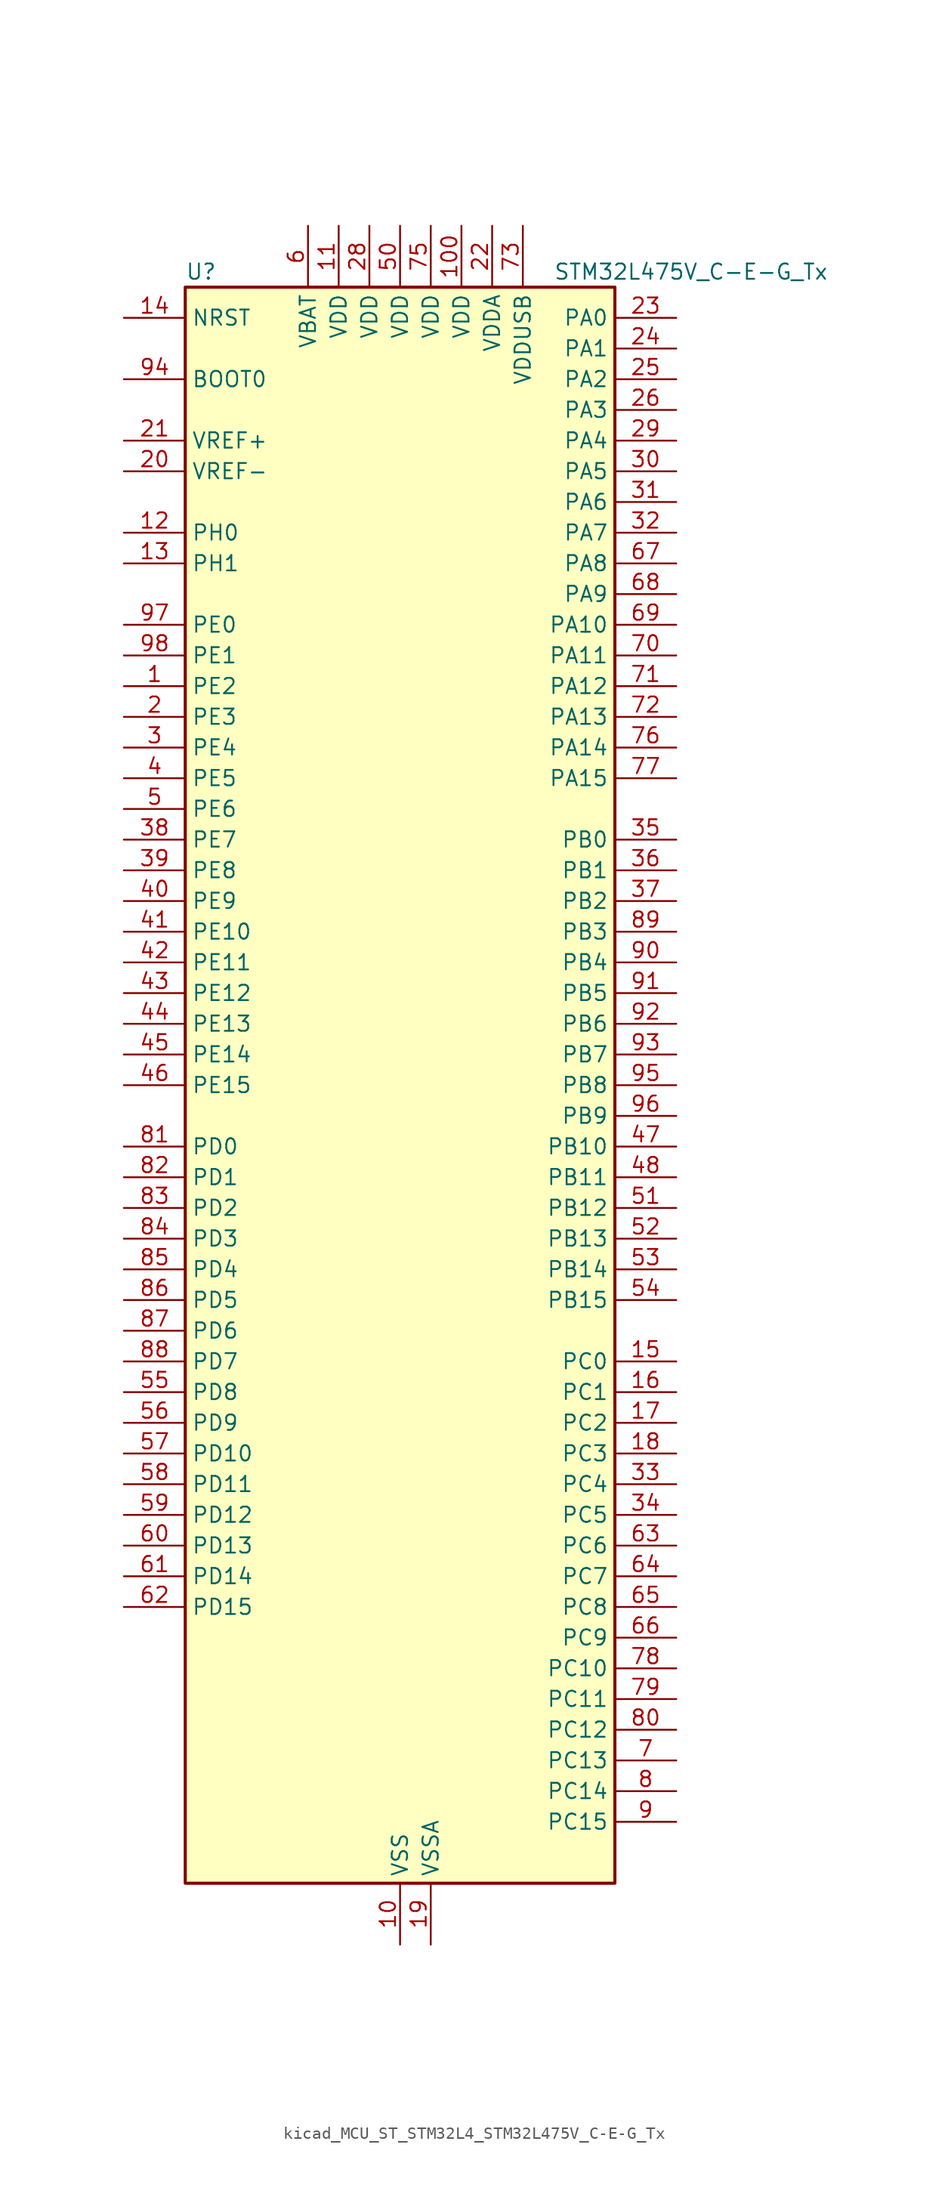
<source format=kicad_sym>
(kicad_symbol_lib
  (version 20220914)
  (generator kicad_symbol_editor)
  (symbol "kicad_MCU_ST_STM32L4_STM32L475V_C-E-G_Tx"
    (property "Reference" "U"
      (at -17.78 67.31 0)
      (effects (font (size 1.27 1.27)) (justify left)))
    (property "Value" "STM32L475V_C-E-G_Tx"
      (at 12.7 67.31 0)
      (effects (font (size 1.27 1.27)) (justify left)))
    (property "ki_locked" ""
      (at 0 0 0)
      (effects (font (size 1.27 1.27))))
    (symbol "kicad_MCU_ST_STM32L4_STM32L475V_C-E-G_Tx_0_1"
      (rectangle (start -17.78 -66.04) (end 17.78 66.04) (stroke (width 0.254) (type default)) (fill (type background))))
    (symbol "kicad_MCU_ST_STM32L4_STM32L475V_C-E-G_Tx_1_1"
      (pin bidirectional line (at -22.86 33.02 0) (length 5.08) (name "PE2" (effects (font (size 1.27 1.27)))) (number "1" (effects (font (size 1.27 1.27)))) (alternate "FMC_A23" bidirectional line) (alternate "SAI1_MCLK_A" bidirectional line) (alternate "SYS_TRACECLK" bidirectional line) (alternate "TIM3_ETR" bidirectional line) (alternate "TSC_G7_IO1" bidirectional line))
      (pin power_in line (at 0 -71.12 90) (length 5.08) (name "VSS" (effects (font (size 1.27 1.27)))) (number "10" (effects (font (size 1.27 1.27)))))
      (pin power_in line (at 5.08 71.12 270) (length 5.08) (name "VDD" (effects (font (size 1.27 1.27)))) (number "100" (effects (font (size 1.27 1.27)))))
      (pin power_in line (at -5.08 71.12 270) (length 5.08) (name "VDD" (effects (font (size 1.27 1.27)))) (number "11" (effects (font (size 1.27 1.27)))))
      (pin bidirectional line (at -22.86 45.72 0) (length 5.08) (name "PH0" (effects (font (size 1.27 1.27)))) (number "12" (effects (font (size 1.27 1.27)))) (alternate "RCC_OSC_IN" bidirectional line))
      (pin bidirectional line (at -22.86 43.18 0) (length 5.08) (name "PH1" (effects (font (size 1.27 1.27)))) (number "13" (effects (font (size 1.27 1.27)))) (alternate "RCC_OSC_OUT" bidirectional line))
      (pin input line (at -22.86 63.5 0) (length 5.08) (name "NRST" (effects (font (size 1.27 1.27)))) (number "14" (effects (font (size 1.27 1.27)))))
      (pin bidirectional line (at 22.86 -22.86 180) (length 5.08) (name "PC0" (effects (font (size 1.27 1.27)))) (number "15" (effects (font (size 1.27 1.27)))) (alternate "ADC1_IN1" bidirectional line) (alternate "ADC2_IN1" bidirectional line) (alternate "ADC3_IN1" bidirectional line) (alternate "DFSDM1_DATIN4" bidirectional line) (alternate "I2C3_SCL" bidirectional line) (alternate "LPTIM1_IN1" bidirectional line) (alternate "LPTIM2_IN1" bidirectional line) (alternate "LPUART1_RX" bidirectional line))
      (pin bidirectional line (at 22.86 -25.4 180) (length 5.08) (name "PC1" (effects (font (size 1.27 1.27)))) (number "16" (effects (font (size 1.27 1.27)))) (alternate "ADC1_IN2" bidirectional line) (alternate "ADC2_IN2" bidirectional line) (alternate "ADC3_IN2" bidirectional line) (alternate "DFSDM1_CKIN4" bidirectional line) (alternate "I2C3_SDA" bidirectional line) (alternate "LPTIM1_OUT" bidirectional line) (alternate "LPUART1_TX" bidirectional line))
      (pin bidirectional line (at 22.86 -27.94 180) (length 5.08) (name "PC2" (effects (font (size 1.27 1.27)))) (number "17" (effects (font (size 1.27 1.27)))) (alternate "ADC1_IN3" bidirectional line) (alternate "ADC2_IN3" bidirectional line) (alternate "ADC3_IN3" bidirectional line) (alternate "DFSDM1_CKOUT" bidirectional line) (alternate "LPTIM1_IN2" bidirectional line) (alternate "SPI2_MISO" bidirectional line))
      (pin bidirectional line (at 22.86 -30.48 180) (length 5.08) (name "PC3" (effects (font (size 1.27 1.27)))) (number "18" (effects (font (size 1.27 1.27)))) (alternate "ADC1_IN4" bidirectional line) (alternate "ADC2_IN4" bidirectional line) (alternate "ADC3_IN4" bidirectional line) (alternate "LPTIM1_ETR" bidirectional line) (alternate "LPTIM2_ETR" bidirectional line) (alternate "SAI1_SD_A" bidirectional line) (alternate "SPI2_MOSI" bidirectional line))
      (pin power_in line (at 2.54 -71.12 90) (length 5.08) (name "VSSA" (effects (font (size 1.27 1.27)))) (number "19" (effects (font (size 1.27 1.27)))))
      (pin bidirectional line (at -22.86 30.48 0) (length 5.08) (name "PE3" (effects (font (size 1.27 1.27)))) (number "2" (effects (font (size 1.27 1.27)))) (alternate "FMC_A19" bidirectional line) (alternate "SAI1_SD_B" bidirectional line) (alternate "SYS_TRACED0" bidirectional line) (alternate "TIM3_CH1" bidirectional line) (alternate "TSC_G7_IO2" bidirectional line))
      (pin input line (at -22.86 50.8 0) (length 5.08) (name "VREF-" (effects (font (size 1.27 1.27)))) (number "20" (effects (font (size 1.27 1.27)))))
      (pin input line (at -22.86 53.34 0) (length 5.08) (name "VREF+" (effects (font (size 1.27 1.27)))) (number "21" (effects (font (size 1.27 1.27)))) (alternate "VREFBUF_OUT" bidirectional line))
      (pin power_in line (at 7.62 71.12 270) (length 5.08) (name "VDDA" (effects (font (size 1.27 1.27)))) (number "22" (effects (font (size 1.27 1.27)))))
      (pin bidirectional line (at 22.86 63.5 180) (length 5.08) (name "PA0" (effects (font (size 1.27 1.27)))) (number "23" (effects (font (size 1.27 1.27)))) (alternate "ADC1_IN5" bidirectional line) (alternate "ADC2_IN5" bidirectional line) (alternate "OPAMP1_VINP" bidirectional line) (alternate "RTC_TAMP2" bidirectional line) (alternate "SAI1_EXTCLK" bidirectional line) (alternate "SYS_WKUP1" bidirectional line) (alternate "TIM2_CH1" bidirectional line) (alternate "TIM2_ETR" bidirectional line) (alternate "TIM5_CH1" bidirectional line) (alternate "TIM8_ETR" bidirectional line) (alternate "UART4_TX" bidirectional line) (alternate "USART2_CTS" bidirectional line))
      (pin bidirectional line (at 22.86 60.96 180) (length 5.08) (name "PA1" (effects (font (size 1.27 1.27)))) (number "24" (effects (font (size 1.27 1.27)))) (alternate "ADC1_IN6" bidirectional line) (alternate "ADC2_IN6" bidirectional line) (alternate "OPAMP1_VINM" bidirectional line) (alternate "TIM15_CH1N" bidirectional line) (alternate "TIM2_CH2" bidirectional line) (alternate "TIM5_CH2" bidirectional line) (alternate "UART4_RX" bidirectional line) (alternate "USART2_DE" bidirectional line) (alternate "USART2_RTS" bidirectional line))
      (pin bidirectional line (at 22.86 58.42 180) (length 5.08) (name "PA2" (effects (font (size 1.27 1.27)))) (number "25" (effects (font (size 1.27 1.27)))) (alternate "ADC1_IN7" bidirectional line) (alternate "ADC2_IN7" bidirectional line) (alternate "RCC_LSCO" bidirectional line) (alternate "SAI2_EXTCLK" bidirectional line) (alternate "SYS_WKUP4" bidirectional line) (alternate "TIM15_CH1" bidirectional line) (alternate "TIM2_CH3" bidirectional line) (alternate "TIM5_CH3" bidirectional line) (alternate "USART2_TX" bidirectional line))
      (pin bidirectional line (at 22.86 55.88 180) (length 5.08) (name "PA3" (effects (font (size 1.27 1.27)))) (number "26" (effects (font (size 1.27 1.27)))) (alternate "ADC1_IN8" bidirectional line) (alternate "ADC2_IN8" bidirectional line) (alternate "OPAMP1_VOUT" bidirectional line) (alternate "TIM15_CH2" bidirectional line) (alternate "TIM2_CH4" bidirectional line) (alternate "TIM5_CH4" bidirectional line) (alternate "USART2_RX" bidirectional line))
      (pin passive line (at 0 -71.12 90) (length 5.08) hide (name "VSS" (effects (font (size 1.27 1.27)))) (number "27" (effects (font (size 1.27 1.27)))))
      (pin power_in line (at -2.54 71.12 270) (length 5.08) (name "VDD" (effects (font (size 1.27 1.27)))) (number "28" (effects (font (size 1.27 1.27)))))
      (pin bidirectional line (at 22.86 53.34 180) (length 5.08) (name "PA4" (effects (font (size 1.27 1.27)))) (number "29" (effects (font (size 1.27 1.27)))) (alternate "ADC1_IN9" bidirectional line) (alternate "ADC2_IN9" bidirectional line) (alternate "DAC1_OUT1" bidirectional line) (alternate "LPTIM2_OUT" bidirectional line) (alternate "SAI1_FS_B" bidirectional line) (alternate "SPI1_NSS" bidirectional line) (alternate "SPI3_NSS" bidirectional line) (alternate "USART2_CK" bidirectional line))
      (pin bidirectional line (at -22.86 27.94 0) (length 5.08) (name "PE4" (effects (font (size 1.27 1.27)))) (number "3" (effects (font (size 1.27 1.27)))) (alternate "DFSDM1_DATIN3" bidirectional line) (alternate "FMC_A20" bidirectional line) (alternate "SAI1_FS_A" bidirectional line) (alternate "SYS_TRACED1" bidirectional line) (alternate "TIM3_CH2" bidirectional line) (alternate "TSC_G7_IO3" bidirectional line))
      (pin bidirectional line (at 22.86 50.8 180) (length 5.08) (name "PA5" (effects (font (size 1.27 1.27)))) (number "30" (effects (font (size 1.27 1.27)))) (alternate "ADC1_IN10" bidirectional line) (alternate "ADC2_IN10" bidirectional line) (alternate "DAC1_OUT2" bidirectional line) (alternate "LPTIM2_ETR" bidirectional line) (alternate "SPI1_SCK" bidirectional line) (alternate "TIM2_CH1" bidirectional line) (alternate "TIM2_ETR" bidirectional line) (alternate "TIM8_CH1N" bidirectional line))
      (pin bidirectional line (at 22.86 48.26 180) (length 5.08) (name "PA6" (effects (font (size 1.27 1.27)))) (number "31" (effects (font (size 1.27 1.27)))) (alternate "ADC1_IN11" bidirectional line) (alternate "ADC2_IN11" bidirectional line) (alternate "OPAMP2_VINP" bidirectional line) (alternate "QUADSPI_BK1_IO3" bidirectional line) (alternate "SPI1_MISO" bidirectional line) (alternate "TIM16_CH1" bidirectional line) (alternate "TIM1_BKIN" bidirectional line) (alternate "TIM1_BKIN_COMP2" bidirectional line) (alternate "TIM3_CH1" bidirectional line) (alternate "TIM8_BKIN" bidirectional line) (alternate "TIM8_BKIN_COMP2" bidirectional line) (alternate "USART3_CTS" bidirectional line))
      (pin bidirectional line (at 22.86 45.72 180) (length 5.08) (name "PA7" (effects (font (size 1.27 1.27)))) (number "32" (effects (font (size 1.27 1.27)))) (alternate "ADC1_IN12" bidirectional line) (alternate "ADC2_IN12" bidirectional line) (alternate "OPAMP2_VINM" bidirectional line) (alternate "QUADSPI_BK1_IO2" bidirectional line) (alternate "SPI1_MOSI" bidirectional line) (alternate "TIM17_CH1" bidirectional line) (alternate "TIM1_CH1N" bidirectional line) (alternate "TIM3_CH2" bidirectional line) (alternate "TIM8_CH1N" bidirectional line))
      (pin bidirectional line (at 22.86 -33.02 180) (length 5.08) (name "PC4" (effects (font (size 1.27 1.27)))) (number "33" (effects (font (size 1.27 1.27)))) (alternate "ADC1_IN13" bidirectional line) (alternate "ADC2_IN13" bidirectional line) (alternate "COMP1_INM" bidirectional line) (alternate "USART3_TX" bidirectional line))
      (pin bidirectional line (at 22.86 -35.56 180) (length 5.08) (name "PC5" (effects (font (size 1.27 1.27)))) (number "34" (effects (font (size 1.27 1.27)))) (alternate "ADC1_IN14" bidirectional line) (alternate "ADC2_IN14" bidirectional line) (alternate "COMP1_INP" bidirectional line) (alternate "SYS_WKUP5" bidirectional line) (alternate "USART3_RX" bidirectional line))
      (pin bidirectional line (at 22.86 20.32 180) (length 5.08) (name "PB0" (effects (font (size 1.27 1.27)))) (number "35" (effects (font (size 1.27 1.27)))) (alternate "ADC1_IN15" bidirectional line) (alternate "ADC2_IN15" bidirectional line) (alternate "COMP1_OUT" bidirectional line) (alternate "OPAMP2_VOUT" bidirectional line) (alternate "QUADSPI_BK1_IO1" bidirectional line) (alternate "TIM1_CH2N" bidirectional line) (alternate "TIM3_CH3" bidirectional line) (alternate "TIM8_CH2N" bidirectional line) (alternate "USART3_CK" bidirectional line))
      (pin bidirectional line (at 22.86 17.78 180) (length 5.08) (name "PB1" (effects (font (size 1.27 1.27)))) (number "36" (effects (font (size 1.27 1.27)))) (alternate "ADC1_IN16" bidirectional line) (alternate "ADC2_IN16" bidirectional line) (alternate "COMP1_INM" bidirectional line) (alternate "DFSDM1_DATIN0" bidirectional line) (alternate "LPTIM2_IN1" bidirectional line) (alternate "QUADSPI_BK1_IO0" bidirectional line) (alternate "TIM1_CH3N" bidirectional line) (alternate "TIM3_CH4" bidirectional line) (alternate "TIM8_CH3N" bidirectional line) (alternate "USART3_DE" bidirectional line) (alternate "USART3_RTS" bidirectional line))
      (pin bidirectional line (at 22.86 15.24 180) (length 5.08) (name "PB2" (effects (font (size 1.27 1.27)))) (number "37" (effects (font (size 1.27 1.27)))) (alternate "COMP1_INP" bidirectional line) (alternate "DFSDM1_CKIN0" bidirectional line) (alternate "I2C3_SMBA" bidirectional line) (alternate "LPTIM1_OUT" bidirectional line) (alternate "RTC_OUT_ALARM" bidirectional line) (alternate "RTC_OUT_CALIB" bidirectional line))
      (pin bidirectional line (at -22.86 20.32 0) (length 5.08) (name "PE7" (effects (font (size 1.27 1.27)))) (number "38" (effects (font (size 1.27 1.27)))) (alternate "DFSDM1_DATIN2" bidirectional line) (alternate "FMC_D4" bidirectional line) (alternate "FMC_DA4" bidirectional line) (alternate "SAI1_SD_B" bidirectional line) (alternate "TIM1_ETR" bidirectional line))
      (pin bidirectional line (at -22.86 17.78 0) (length 5.08) (name "PE8" (effects (font (size 1.27 1.27)))) (number "39" (effects (font (size 1.27 1.27)))) (alternate "DFSDM1_CKIN2" bidirectional line) (alternate "FMC_D5" bidirectional line) (alternate "FMC_DA5" bidirectional line) (alternate "SAI1_SCK_B" bidirectional line) (alternate "TIM1_CH1N" bidirectional line))
      (pin bidirectional line (at -22.86 25.4 0) (length 5.08) (name "PE5" (effects (font (size 1.27 1.27)))) (number "4" (effects (font (size 1.27 1.27)))) (alternate "DFSDM1_CKIN3" bidirectional line) (alternate "FMC_A21" bidirectional line) (alternate "SAI1_SCK_A" bidirectional line) (alternate "SYS_TRACED2" bidirectional line) (alternate "TIM3_CH3" bidirectional line) (alternate "TSC_G7_IO4" bidirectional line))
      (pin bidirectional line (at -22.86 15.24 0) (length 5.08) (name "PE9" (effects (font (size 1.27 1.27)))) (number "40" (effects (font (size 1.27 1.27)))) (alternate "DAC1_EXTI9" bidirectional line) (alternate "DFSDM1_CKOUT" bidirectional line) (alternate "FMC_D6" bidirectional line) (alternate "FMC_DA6" bidirectional line) (alternate "SAI1_FS_B" bidirectional line) (alternate "TIM1_CH1" bidirectional line))
      (pin bidirectional line (at -22.86 12.7 0) (length 5.08) (name "PE10" (effects (font (size 1.27 1.27)))) (number "41" (effects (font (size 1.27 1.27)))) (alternate "DFSDM1_DATIN4" bidirectional line) (alternate "FMC_D7" bidirectional line) (alternate "FMC_DA7" bidirectional line) (alternate "QUADSPI_CLK" bidirectional line) (alternate "SAI1_MCLK_B" bidirectional line) (alternate "TIM1_CH2N" bidirectional line) (alternate "TSC_G5_IO1" bidirectional line))
      (pin bidirectional line (at -22.86 10.16 0) (length 5.08) (name "PE11" (effects (font (size 1.27 1.27)))) (number "42" (effects (font (size 1.27 1.27)))) (alternate "ADC1_EXTI11" bidirectional line) (alternate "ADC2_EXTI11" bidirectional line) (alternate "ADC3_EXTI11" bidirectional line) (alternate "DFSDM1_CKIN4" bidirectional line) (alternate "FMC_D8" bidirectional line) (alternate "FMC_DA8" bidirectional line) (alternate "QUADSPI_NCS" bidirectional line) (alternate "TIM1_CH2" bidirectional line) (alternate "TSC_G5_IO2" bidirectional line))
      (pin bidirectional line (at -22.86 7.62 0) (length 5.08) (name "PE12" (effects (font (size 1.27 1.27)))) (number "43" (effects (font (size 1.27 1.27)))) (alternate "DFSDM1_DATIN5" bidirectional line) (alternate "FMC_D9" bidirectional line) (alternate "FMC_DA9" bidirectional line) (alternate "QUADSPI_BK1_IO0" bidirectional line) (alternate "SPI1_NSS" bidirectional line) (alternate "TIM1_CH3N" bidirectional line) (alternate "TSC_G5_IO3" bidirectional line))
      (pin bidirectional line (at -22.86 5.08 0) (length 5.08) (name "PE13" (effects (font (size 1.27 1.27)))) (number "44" (effects (font (size 1.27 1.27)))) (alternate "DFSDM1_CKIN5" bidirectional line) (alternate "FMC_D10" bidirectional line) (alternate "FMC_DA10" bidirectional line) (alternate "QUADSPI_BK1_IO1" bidirectional line) (alternate "SPI1_SCK" bidirectional line) (alternate "TIM1_CH3" bidirectional line) (alternate "TSC_G5_IO4" bidirectional line))
      (pin bidirectional line (at -22.86 2.54 0) (length 5.08) (name "PE14" (effects (font (size 1.27 1.27)))) (number "45" (effects (font (size 1.27 1.27)))) (alternate "FMC_D11" bidirectional line) (alternate "FMC_DA11" bidirectional line) (alternate "QUADSPI_BK1_IO2" bidirectional line) (alternate "SPI1_MISO" bidirectional line) (alternate "TIM1_BKIN2" bidirectional line) (alternate "TIM1_BKIN2_COMP2" bidirectional line) (alternate "TIM1_CH4" bidirectional line))
      (pin bidirectional line (at -22.86 0 0) (length 5.08) (name "PE15" (effects (font (size 1.27 1.27)))) (number "46" (effects (font (size 1.27 1.27)))) (alternate "ADC1_EXTI15" bidirectional line) (alternate "ADC2_EXTI15" bidirectional line) (alternate "ADC3_EXTI15" bidirectional line) (alternate "FMC_D12" bidirectional line) (alternate "FMC_DA12" bidirectional line) (alternate "QUADSPI_BK1_IO3" bidirectional line) (alternate "SPI1_MOSI" bidirectional line) (alternate "TIM1_BKIN" bidirectional line) (alternate "TIM1_BKIN_COMP1" bidirectional line))
      (pin bidirectional line (at 22.86 -5.08 180) (length 5.08) (name "PB10" (effects (font (size 1.27 1.27)))) (number "47" (effects (font (size 1.27 1.27)))) (alternate "COMP1_OUT" bidirectional line) (alternate "DFSDM1_DATIN7" bidirectional line) (alternate "I2C2_SCL" bidirectional line) (alternate "LPUART1_RX" bidirectional line) (alternate "QUADSPI_CLK" bidirectional line) (alternate "SAI1_SCK_A" bidirectional line) (alternate "SPI2_SCK" bidirectional line) (alternate "TIM2_CH3" bidirectional line) (alternate "USART3_TX" bidirectional line))
      (pin bidirectional line (at 22.86 -7.62 180) (length 5.08) (name "PB11" (effects (font (size 1.27 1.27)))) (number "48" (effects (font (size 1.27 1.27)))) (alternate "ADC1_EXTI11" bidirectional line) (alternate "ADC2_EXTI11" bidirectional line) (alternate "ADC3_EXTI11" bidirectional line) (alternate "COMP2_OUT" bidirectional line) (alternate "DFSDM1_CKIN7" bidirectional line) (alternate "I2C2_SDA" bidirectional line) (alternate "LPUART1_TX" bidirectional line) (alternate "QUADSPI_NCS" bidirectional line) (alternate "TIM2_CH4" bidirectional line) (alternate "USART3_RX" bidirectional line))
      (pin passive line (at 0 -71.12 90) (length 5.08) hide (name "VSS" (effects (font (size 1.27 1.27)))) (number "49" (effects (font (size 1.27 1.27)))))
      (pin bidirectional line (at -22.86 22.86 0) (length 5.08) (name "PE6" (effects (font (size 1.27 1.27)))) (number "5" (effects (font (size 1.27 1.27)))) (alternate "FMC_A22" bidirectional line) (alternate "RTC_TAMP3" bidirectional line) (alternate "SAI1_SD_A" bidirectional line) (alternate "SYS_TRACED3" bidirectional line) (alternate "SYS_WKUP3" bidirectional line) (alternate "TIM3_CH4" bidirectional line))
      (pin power_in line (at 0 71.12 270) (length 5.08) (name "VDD" (effects (font (size 1.27 1.27)))) (number "50" (effects (font (size 1.27 1.27)))))
      (pin bidirectional line (at 22.86 -10.16 180) (length 5.08) (name "PB12" (effects (font (size 1.27 1.27)))) (number "51" (effects (font (size 1.27 1.27)))) (alternate "DFSDM1_DATIN1" bidirectional line) (alternate "I2C2_SMBA" bidirectional line) (alternate "LPUART1_DE" bidirectional line) (alternate "LPUART1_RTS" bidirectional line) (alternate "SAI2_FS_A" bidirectional line) (alternate "SPI2_NSS" bidirectional line) (alternate "SWPMI1_IO" bidirectional line) (alternate "TIM15_BKIN" bidirectional line) (alternate "TIM1_BKIN" bidirectional line) (alternate "TIM1_BKIN_COMP2" bidirectional line) (alternate "TSC_G1_IO1" bidirectional line) (alternate "USART3_CK" bidirectional line))
      (pin bidirectional line (at 22.86 -12.7 180) (length 5.08) (name "PB13" (effects (font (size 1.27 1.27)))) (number "52" (effects (font (size 1.27 1.27)))) (alternate "DFSDM1_CKIN1" bidirectional line) (alternate "I2C2_SCL" bidirectional line) (alternate "LPUART1_CTS" bidirectional line) (alternate "SAI2_SCK_A" bidirectional line) (alternate "SPI2_SCK" bidirectional line) (alternate "SWPMI1_TX" bidirectional line) (alternate "TIM15_CH1N" bidirectional line) (alternate "TIM1_CH1N" bidirectional line) (alternate "TSC_G1_IO2" bidirectional line) (alternate "USART3_CTS" bidirectional line))
      (pin bidirectional line (at 22.86 -15.24 180) (length 5.08) (name "PB14" (effects (font (size 1.27 1.27)))) (number "53" (effects (font (size 1.27 1.27)))) (alternate "DFSDM1_DATIN2" bidirectional line) (alternate "I2C2_SDA" bidirectional line) (alternate "SAI2_MCLK_A" bidirectional line) (alternate "SPI2_MISO" bidirectional line) (alternate "SWPMI1_RX" bidirectional line) (alternate "TIM15_CH1" bidirectional line) (alternate "TIM1_CH2N" bidirectional line) (alternate "TIM8_CH2N" bidirectional line) (alternate "TSC_G1_IO3" bidirectional line) (alternate "USART3_DE" bidirectional line) (alternate "USART3_RTS" bidirectional line))
      (pin bidirectional line (at 22.86 -17.78 180) (length 5.08) (name "PB15" (effects (font (size 1.27 1.27)))) (number "54" (effects (font (size 1.27 1.27)))) (alternate "ADC1_EXTI15" bidirectional line) (alternate "ADC2_EXTI15" bidirectional line) (alternate "ADC3_EXTI15" bidirectional line) (alternate "DFSDM1_CKIN2" bidirectional line) (alternate "RTC_REFIN" bidirectional line) (alternate "SAI2_SD_A" bidirectional line) (alternate "SPI2_MOSI" bidirectional line) (alternate "SWPMI1_SUSPEND" bidirectional line) (alternate "TIM15_CH2" bidirectional line) (alternate "TIM1_CH3N" bidirectional line) (alternate "TIM8_CH3N" bidirectional line) (alternate "TSC_G1_IO4" bidirectional line))
      (pin bidirectional line (at -22.86 -25.4 0) (length 5.08) (name "PD8" (effects (font (size 1.27 1.27)))) (number "55" (effects (font (size 1.27 1.27)))) (alternate "FMC_D13" bidirectional line) (alternate "FMC_DA13" bidirectional line) (alternate "USART3_TX" bidirectional line))
      (pin bidirectional line (at -22.86 -27.94 0) (length 5.08) (name "PD9" (effects (font (size 1.27 1.27)))) (number "56" (effects (font (size 1.27 1.27)))) (alternate "DAC1_EXTI9" bidirectional line) (alternate "FMC_D14" bidirectional line) (alternate "FMC_DA14" bidirectional line) (alternate "SAI2_MCLK_A" bidirectional line) (alternate "USART3_RX" bidirectional line))
      (pin bidirectional line (at -22.86 -30.48 0) (length 5.08) (name "PD10" (effects (font (size 1.27 1.27)))) (number "57" (effects (font (size 1.27 1.27)))) (alternate "FMC_D15" bidirectional line) (alternate "FMC_DA15" bidirectional line) (alternate "SAI2_SCK_A" bidirectional line) (alternate "TSC_G6_IO1" bidirectional line) (alternate "USART3_CK" bidirectional line))
      (pin bidirectional line (at -22.86 -33.02 0) (length 5.08) (name "PD11" (effects (font (size 1.27 1.27)))) (number "58" (effects (font (size 1.27 1.27)))) (alternate "ADC1_EXTI11" bidirectional line) (alternate "ADC2_EXTI11" bidirectional line) (alternate "ADC3_EXTI11" bidirectional line) (alternate "FMC_A16" bidirectional line) (alternate "FMC_CLE" bidirectional line) (alternate "LPTIM2_ETR" bidirectional line) (alternate "SAI2_SD_A" bidirectional line) (alternate "TSC_G6_IO2" bidirectional line) (alternate "USART3_CTS" bidirectional line))
      (pin bidirectional line (at -22.86 -35.56 0) (length 5.08) (name "PD12" (effects (font (size 1.27 1.27)))) (number "59" (effects (font (size 1.27 1.27)))) (alternate "FMC_A17" bidirectional line) (alternate "FMC_ALE" bidirectional line) (alternate "LPTIM2_IN1" bidirectional line) (alternate "SAI2_FS_A" bidirectional line) (alternate "TIM4_CH1" bidirectional line) (alternate "TSC_G6_IO3" bidirectional line) (alternate "USART3_DE" bidirectional line) (alternate "USART3_RTS" bidirectional line))
      (pin power_in line (at -7.62 71.12 270) (length 5.08) (name "VBAT" (effects (font (size 1.27 1.27)))) (number "6" (effects (font (size 1.27 1.27)))))
      (pin bidirectional line (at -22.86 -38.1 0) (length 5.08) (name "PD13" (effects (font (size 1.27 1.27)))) (number "60" (effects (font (size 1.27 1.27)))) (alternate "FMC_A18" bidirectional line) (alternate "LPTIM2_OUT" bidirectional line) (alternate "TIM4_CH2" bidirectional line) (alternate "TSC_G6_IO4" bidirectional line))
      (pin bidirectional line (at -22.86 -40.64 0) (length 5.08) (name "PD14" (effects (font (size 1.27 1.27)))) (number "61" (effects (font (size 1.27 1.27)))) (alternate "FMC_D0" bidirectional line) (alternate "FMC_DA0" bidirectional line) (alternate "TIM4_CH3" bidirectional line))
      (pin bidirectional line (at -22.86 -43.18 0) (length 5.08) (name "PD15" (effects (font (size 1.27 1.27)))) (number "62" (effects (font (size 1.27 1.27)))) (alternate "ADC1_EXTI15" bidirectional line) (alternate "ADC2_EXTI15" bidirectional line) (alternate "ADC3_EXTI15" bidirectional line) (alternate "FMC_D1" bidirectional line) (alternate "FMC_DA1" bidirectional line) (alternate "TIM4_CH4" bidirectional line))
      (pin bidirectional line (at 22.86 -38.1 180) (length 5.08) (name "PC6" (effects (font (size 1.27 1.27)))) (number "63" (effects (font (size 1.27 1.27)))) (alternate "DFSDM1_CKIN3" bidirectional line) (alternate "SAI2_MCLK_A" bidirectional line) (alternate "SDMMC1_D6" bidirectional line) (alternate "TIM3_CH1" bidirectional line) (alternate "TIM8_CH1" bidirectional line) (alternate "TSC_G4_IO1" bidirectional line))
      (pin bidirectional line (at 22.86 -40.64 180) (length 5.08) (name "PC7" (effects (font (size 1.27 1.27)))) (number "64" (effects (font (size 1.27 1.27)))) (alternate "DFSDM1_DATIN3" bidirectional line) (alternate "SAI2_MCLK_B" bidirectional line) (alternate "SDMMC1_D7" bidirectional line) (alternate "TIM3_CH2" bidirectional line) (alternate "TIM8_CH2" bidirectional line) (alternate "TSC_G4_IO2" bidirectional line))
      (pin bidirectional line (at 22.86 -43.18 180) (length 5.08) (name "PC8" (effects (font (size 1.27 1.27)))) (number "65" (effects (font (size 1.27 1.27)))) (alternate "SDMMC1_D0" bidirectional line) (alternate "TIM3_CH3" bidirectional line) (alternate "TIM8_CH3" bidirectional line) (alternate "TSC_G4_IO3" bidirectional line))
      (pin bidirectional line (at 22.86 -45.72 180) (length 5.08) (name "PC9" (effects (font (size 1.27 1.27)))) (number "66" (effects (font (size 1.27 1.27)))) (alternate "DAC1_EXTI9" bidirectional line) (alternate "SAI2_EXTCLK" bidirectional line) (alternate "SDMMC1_D1" bidirectional line) (alternate "TIM3_CH4" bidirectional line) (alternate "TIM8_BKIN2" bidirectional line) (alternate "TIM8_BKIN2_COMP1" bidirectional line) (alternate "TIM8_CH4" bidirectional line) (alternate "TSC_G4_IO4" bidirectional line) (alternate "USB_OTG_FS_NOE" bidirectional line))
      (pin bidirectional line (at 22.86 43.18 180) (length 5.08) (name "PA8" (effects (font (size 1.27 1.27)))) (number "67" (effects (font (size 1.27 1.27)))) (alternate "LPTIM2_OUT" bidirectional line) (alternate "RCC_MCO" bidirectional line) (alternate "TIM1_CH1" bidirectional line) (alternate "USART1_CK" bidirectional line) (alternate "USB_OTG_FS_SOF" bidirectional line))
      (pin bidirectional line (at 22.86 40.64 180) (length 5.08) (name "PA9" (effects (font (size 1.27 1.27)))) (number "68" (effects (font (size 1.27 1.27)))) (alternate "DAC1_EXTI9" bidirectional line) (alternate "TIM15_BKIN" bidirectional line) (alternate "TIM1_CH2" bidirectional line) (alternate "USART1_TX" bidirectional line) (alternate "USB_OTG_FS_VBUS" bidirectional line))
      (pin bidirectional line (at 22.86 38.1 180) (length 5.08) (name "PA10" (effects (font (size 1.27 1.27)))) (number "69" (effects (font (size 1.27 1.27)))) (alternate "TIM17_BKIN" bidirectional line) (alternate "TIM1_CH3" bidirectional line) (alternate "USART1_RX" bidirectional line) (alternate "USB_OTG_FS_ID" bidirectional line))
      (pin bidirectional line (at 22.86 -55.88 180) (length 5.08) (name "PC13" (effects (font (size 1.27 1.27)))) (number "7" (effects (font (size 1.27 1.27)))) (alternate "RTC_OUT_ALARM" bidirectional line) (alternate "RTC_OUT_CALIB" bidirectional line) (alternate "RTC_TAMP1" bidirectional line) (alternate "RTC_TS" bidirectional line) (alternate "SYS_WKUP2" bidirectional line))
      (pin bidirectional line (at 22.86 35.56 180) (length 5.08) (name "PA11" (effects (font (size 1.27 1.27)))) (number "70" (effects (font (size 1.27 1.27)))) (alternate "ADC1_EXTI11" bidirectional line) (alternate "ADC2_EXTI11" bidirectional line) (alternate "ADC3_EXTI11" bidirectional line) (alternate "CAN1_RX" bidirectional line) (alternate "TIM1_BKIN2" bidirectional line) (alternate "TIM1_BKIN2_COMP1" bidirectional line) (alternate "TIM1_CH4" bidirectional line) (alternate "USART1_CTS" bidirectional line) (alternate "USB_OTG_FS_DM" bidirectional line))
      (pin bidirectional line (at 22.86 33.02 180) (length 5.08) (name "PA12" (effects (font (size 1.27 1.27)))) (number "71" (effects (font (size 1.27 1.27)))) (alternate "CAN1_TX" bidirectional line) (alternate "TIM1_ETR" bidirectional line) (alternate "USART1_DE" bidirectional line) (alternate "USART1_RTS" bidirectional line) (alternate "USB_OTG_FS_DP" bidirectional line))
      (pin bidirectional line (at 22.86 30.48 180) (length 5.08) (name "PA13" (effects (font (size 1.27 1.27)))) (number "72" (effects (font (size 1.27 1.27)))) (alternate "IR_OUT" bidirectional line) (alternate "SYS_JTMS-SWDIO" bidirectional line) (alternate "USB_OTG_FS_NOE" bidirectional line))
      (pin power_in line (at 10.16 71.12 270) (length 5.08) (name "VDDUSB" (effects (font (size 1.27 1.27)))) (number "73" (effects (font (size 1.27 1.27)))))
      (pin passive line (at 0 -71.12 90) (length 5.08) hide (name "VSS" (effects (font (size 1.27 1.27)))) (number "74" (effects (font (size 1.27 1.27)))))
      (pin power_in line (at 2.54 71.12 270) (length 5.08) (name "VDD" (effects (font (size 1.27 1.27)))) (number "75" (effects (font (size 1.27 1.27)))))
      (pin bidirectional line (at 22.86 27.94 180) (length 5.08) (name "PA14" (effects (font (size 1.27 1.27)))) (number "76" (effects (font (size 1.27 1.27)))) (alternate "SYS_JTCK-SWCLK" bidirectional line))
      (pin bidirectional line (at 22.86 25.4 180) (length 5.08) (name "PA15" (effects (font (size 1.27 1.27)))) (number "77" (effects (font (size 1.27 1.27)))) (alternate "ADC1_EXTI15" bidirectional line) (alternate "ADC2_EXTI15" bidirectional line) (alternate "ADC3_EXTI15" bidirectional line) (alternate "SAI2_FS_B" bidirectional line) (alternate "SPI1_NSS" bidirectional line) (alternate "SPI3_NSS" bidirectional line) (alternate "SYS_JTDI" bidirectional line) (alternate "TIM2_CH1" bidirectional line) (alternate "TIM2_ETR" bidirectional line) (alternate "TSC_G3_IO1" bidirectional line) (alternate "UART4_DE" bidirectional line) (alternate "UART4_RTS" bidirectional line))
      (pin bidirectional line (at 22.86 -48.26 180) (length 5.08) (name "PC10" (effects (font (size 1.27 1.27)))) (number "78" (effects (font (size 1.27 1.27)))) (alternate "SAI2_SCK_B" bidirectional line) (alternate "SDMMC1_D2" bidirectional line) (alternate "SPI3_SCK" bidirectional line) (alternate "TSC_G3_IO2" bidirectional line) (alternate "UART4_TX" bidirectional line) (alternate "USART3_TX" bidirectional line))
      (pin bidirectional line (at 22.86 -50.8 180) (length 5.08) (name "PC11" (effects (font (size 1.27 1.27)))) (number "79" (effects (font (size 1.27 1.27)))) (alternate "ADC1_EXTI11" bidirectional line) (alternate "ADC2_EXTI11" bidirectional line) (alternate "ADC3_EXTI11" bidirectional line) (alternate "SAI2_MCLK_B" bidirectional line) (alternate "SDMMC1_D3" bidirectional line) (alternate "SPI3_MISO" bidirectional line) (alternate "TSC_G3_IO3" bidirectional line) (alternate "UART4_RX" bidirectional line) (alternate "USART3_RX" bidirectional line))
      (pin bidirectional line (at 22.86 -58.42 180) (length 5.08) (name "PC14" (effects (font (size 1.27 1.27)))) (number "8" (effects (font (size 1.27 1.27)))) (alternate "RCC_OSC32_IN" bidirectional line))
      (pin bidirectional line (at 22.86 -53.34 180) (length 5.08) (name "PC12" (effects (font (size 1.27 1.27)))) (number "80" (effects (font (size 1.27 1.27)))) (alternate "SAI2_SD_B" bidirectional line) (alternate "SDMMC1_CK" bidirectional line) (alternate "SPI3_MOSI" bidirectional line) (alternate "TSC_G3_IO4" bidirectional line) (alternate "UART5_TX" bidirectional line) (alternate "USART3_CK" bidirectional line))
      (pin bidirectional line (at -22.86 -5.08 0) (length 5.08) (name "PD0" (effects (font (size 1.27 1.27)))) (number "81" (effects (font (size 1.27 1.27)))) (alternate "CAN1_RX" bidirectional line) (alternate "DFSDM1_DATIN7" bidirectional line) (alternate "FMC_D2" bidirectional line) (alternate "FMC_DA2" bidirectional line) (alternate "SPI2_NSS" bidirectional line))
      (pin bidirectional line (at -22.86 -7.62 0) (length 5.08) (name "PD1" (effects (font (size 1.27 1.27)))) (number "82" (effects (font (size 1.27 1.27)))) (alternate "CAN1_TX" bidirectional line) (alternate "DFSDM1_CKIN7" bidirectional line) (alternate "FMC_D3" bidirectional line) (alternate "FMC_DA3" bidirectional line) (alternate "SPI2_SCK" bidirectional line))
      (pin bidirectional line (at -22.86 -10.16 0) (length 5.08) (name "PD2" (effects (font (size 1.27 1.27)))) (number "83" (effects (font (size 1.27 1.27)))) (alternate "SDMMC1_CMD" bidirectional line) (alternate "TIM3_ETR" bidirectional line) (alternate "TSC_SYNC" bidirectional line) (alternate "UART5_RX" bidirectional line) (alternate "USART3_DE" bidirectional line) (alternate "USART3_RTS" bidirectional line))
      (pin bidirectional line (at -22.86 -12.7 0) (length 5.08) (name "PD3" (effects (font (size 1.27 1.27)))) (number "84" (effects (font (size 1.27 1.27)))) (alternate "DFSDM1_DATIN0" bidirectional line) (alternate "FMC_CLK" bidirectional line) (alternate "SPI2_MISO" bidirectional line) (alternate "USART2_CTS" bidirectional line))
      (pin bidirectional line (at -22.86 -15.24 0) (length 5.08) (name "PD4" (effects (font (size 1.27 1.27)))) (number "85" (effects (font (size 1.27 1.27)))) (alternate "DFSDM1_CKIN0" bidirectional line) (alternate "FMC_NOE" bidirectional line) (alternate "SPI2_MOSI" bidirectional line) (alternate "USART2_DE" bidirectional line) (alternate "USART2_RTS" bidirectional line))
      (pin bidirectional line (at -22.86 -17.78 0) (length 5.08) (name "PD5" (effects (font (size 1.27 1.27)))) (number "86" (effects (font (size 1.27 1.27)))) (alternate "FMC_NWE" bidirectional line) (alternate "USART2_TX" bidirectional line))
      (pin bidirectional line (at -22.86 -20.32 0) (length 5.08) (name "PD6" (effects (font (size 1.27 1.27)))) (number "87" (effects (font (size 1.27 1.27)))) (alternate "DFSDM1_DATIN1" bidirectional line) (alternate "FMC_NWAIT" bidirectional line) (alternate "SAI1_SD_A" bidirectional line) (alternate "USART2_RX" bidirectional line))
      (pin bidirectional line (at -22.86 -22.86 0) (length 5.08) (name "PD7" (effects (font (size 1.27 1.27)))) (number "88" (effects (font (size 1.27 1.27)))) (alternate "DFSDM1_CKIN1" bidirectional line) (alternate "FMC_NE1" bidirectional line) (alternate "USART2_CK" bidirectional line))
      (pin bidirectional line (at 22.86 12.7 180) (length 5.08) (name "PB3" (effects (font (size 1.27 1.27)))) (number "89" (effects (font (size 1.27 1.27)))) (alternate "COMP2_INM" bidirectional line) (alternate "SAI1_SCK_B" bidirectional line) (alternate "SPI1_SCK" bidirectional line) (alternate "SPI3_SCK" bidirectional line) (alternate "SYS_JTDO-SWO" bidirectional line) (alternate "TIM2_CH2" bidirectional line) (alternate "USART1_DE" bidirectional line) (alternate "USART1_RTS" bidirectional line))
      (pin bidirectional line (at 22.86 -60.96 180) (length 5.08) (name "PC15" (effects (font (size 1.27 1.27)))) (number "9" (effects (font (size 1.27 1.27)))) (alternate "ADC1_EXTI15" bidirectional line) (alternate "ADC2_EXTI15" bidirectional line) (alternate "ADC3_EXTI15" bidirectional line) (alternate "RCC_OSC32_OUT" bidirectional line))
      (pin bidirectional line (at 22.86 10.16 180) (length 5.08) (name "PB4" (effects (font (size 1.27 1.27)))) (number "90" (effects (font (size 1.27 1.27)))) (alternate "COMP2_INP" bidirectional line) (alternate "SAI1_MCLK_B" bidirectional line) (alternate "SPI1_MISO" bidirectional line) (alternate "SPI3_MISO" bidirectional line) (alternate "SYS_JTRST" bidirectional line) (alternate "TIM17_BKIN" bidirectional line) (alternate "TIM3_CH1" bidirectional line) (alternate "TSC_G2_IO1" bidirectional line) (alternate "UART5_DE" bidirectional line) (alternate "UART5_RTS" bidirectional line) (alternate "USART1_CTS" bidirectional line))
      (pin bidirectional line (at 22.86 7.62 180) (length 5.08) (name "PB5" (effects (font (size 1.27 1.27)))) (number "91" (effects (font (size 1.27 1.27)))) (alternate "COMP2_OUT" bidirectional line) (alternate "I2C1_SMBA" bidirectional line) (alternate "LPTIM1_IN1" bidirectional line) (alternate "SAI1_SD_B" bidirectional line) (alternate "SPI1_MOSI" bidirectional line) (alternate "SPI3_MOSI" bidirectional line) (alternate "TIM16_BKIN" bidirectional line) (alternate "TIM3_CH2" bidirectional line) (alternate "TSC_G2_IO2" bidirectional line) (alternate "UART5_CTS" bidirectional line) (alternate "USART1_CK" bidirectional line))
      (pin bidirectional line (at 22.86 5.08 180) (length 5.08) (name "PB6" (effects (font (size 1.27 1.27)))) (number "92" (effects (font (size 1.27 1.27)))) (alternate "COMP2_INP" bidirectional line) (alternate "DFSDM1_DATIN5" bidirectional line) (alternate "I2C1_SCL" bidirectional line) (alternate "LPTIM1_ETR" bidirectional line) (alternate "SAI1_FS_B" bidirectional line) (alternate "TIM16_CH1N" bidirectional line) (alternate "TIM4_CH1" bidirectional line) (alternate "TIM8_BKIN2" bidirectional line) (alternate "TIM8_BKIN2_COMP2" bidirectional line) (alternate "TSC_G2_IO3" bidirectional line) (alternate "USART1_TX" bidirectional line))
      (pin bidirectional line (at 22.86 2.54 180) (length 5.08) (name "PB7" (effects (font (size 1.27 1.27)))) (number "93" (effects (font (size 1.27 1.27)))) (alternate "COMP2_INM" bidirectional line) (alternate "DFSDM1_CKIN5" bidirectional line) (alternate "FMC_NL" bidirectional line) (alternate "I2C1_SDA" bidirectional line) (alternate "LPTIM1_IN2" bidirectional line) (alternate "SYS_PVD_IN" bidirectional line) (alternate "TIM17_CH1N" bidirectional line) (alternate "TIM4_CH2" bidirectional line) (alternate "TIM8_BKIN" bidirectional line) (alternate "TIM8_BKIN_COMP1" bidirectional line) (alternate "TSC_G2_IO4" bidirectional line) (alternate "UART4_CTS" bidirectional line) (alternate "USART1_RX" bidirectional line))
      (pin input line (at -22.86 58.42 0) (length 5.08) (name "BOOT0" (effects (font (size 1.27 1.27)))) (number "94" (effects (font (size 1.27 1.27)))))
      (pin bidirectional line (at 22.86 0 180) (length 5.08) (name "PB8" (effects (font (size 1.27 1.27)))) (number "95" (effects (font (size 1.27 1.27)))) (alternate "CAN1_RX" bidirectional line) (alternate "DFSDM1_DATIN6" bidirectional line) (alternate "I2C1_SCL" bidirectional line) (alternate "SAI1_MCLK_A" bidirectional line) (alternate "SDMMC1_D4" bidirectional line) (alternate "TIM16_CH1" bidirectional line) (alternate "TIM4_CH3" bidirectional line))
      (pin bidirectional line (at 22.86 -2.54 180) (length 5.08) (name "PB9" (effects (font (size 1.27 1.27)))) (number "96" (effects (font (size 1.27 1.27)))) (alternate "CAN1_TX" bidirectional line) (alternate "DAC1_EXTI9" bidirectional line) (alternate "DFSDM1_CKIN6" bidirectional line) (alternate "I2C1_SDA" bidirectional line) (alternate "IR_OUT" bidirectional line) (alternate "SAI1_FS_A" bidirectional line) (alternate "SDMMC1_D5" bidirectional line) (alternate "SPI2_NSS" bidirectional line) (alternate "TIM17_CH1" bidirectional line) (alternate "TIM4_CH4" bidirectional line))
      (pin bidirectional line (at -22.86 38.1 0) (length 5.08) (name "PE0" (effects (font (size 1.27 1.27)))) (number "97" (effects (font (size 1.27 1.27)))) (alternate "FMC_NBL0" bidirectional line) (alternate "TIM16_CH1" bidirectional line) (alternate "TIM4_ETR" bidirectional line))
      (pin bidirectional line (at -22.86 35.56 0) (length 5.08) (name "PE1" (effects (font (size 1.27 1.27)))) (number "98" (effects (font (size 1.27 1.27)))) (alternate "FMC_NBL1" bidirectional line) (alternate "TIM17_CH1" bidirectional line))
      (pin passive line (at 0 -71.12 90) (length 5.08) hide (name "VSS" (effects (font (size 1.27 1.27)))) (number "99" (effects (font (size 1.27 1.27))))))))
</source>
